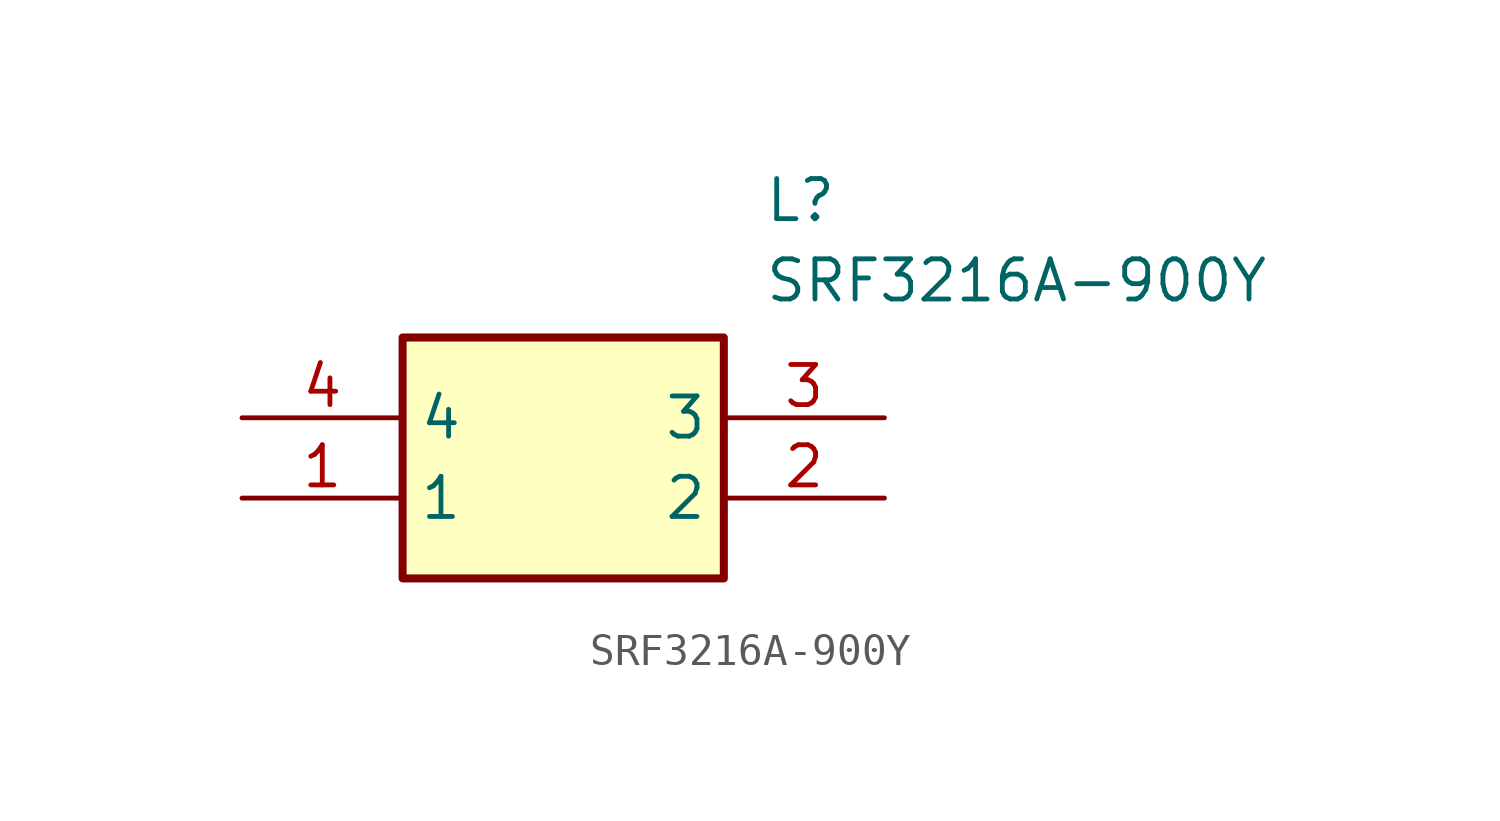
<source format=kicad_sym>
(kicad_symbol_lib
  (version 20211014)
  (generator SamacSys_ECAD_Model)
  (symbol "SRF3216A-900Y"
    (property "Reference" "L"
      (at 16.51 7.62 0)
      (effects (font (size 1.27 1.27)) (justify left top)))
    (property "Value" "SRF3216A-900Y"
      (at 16.51 5.08 0)
      (effects (font (size 1.27 1.27)) (justify left top)))
    (rectangle
      (start 5.08 2.54)
      (end 15.24 -5.08)
      (stroke (width 0.254) (type default))
      (fill (type background)))
    (pin passive line
      (at 0 -2.54 0)
      (length 5.08)
      (name "1" (effects (font (size 1.27 1.27))))
      (number "1" (effects (font (size 1.27 1.27)))))
    (pin passive line
      (at 20.32 -2.54 180)
      (length 5.08)
      (name "2" (effects (font (size 1.27 1.27))))
      (number "2" (effects (font (size 1.27 1.27)))))
    (pin passive line
      (at 20.32 0 180)
      (length 5.08)
      (name "3" (effects (font (size 1.27 1.27))))
      (number "3" (effects (font (size 1.27 1.27)))))
    (pin passive line
      (at 0 0 0)
      (length 5.08)
      (name "4" (effects (font (size 1.27 1.27))))
      (number "4" (effects (font (size 1.27 1.27)))))))
</source>
